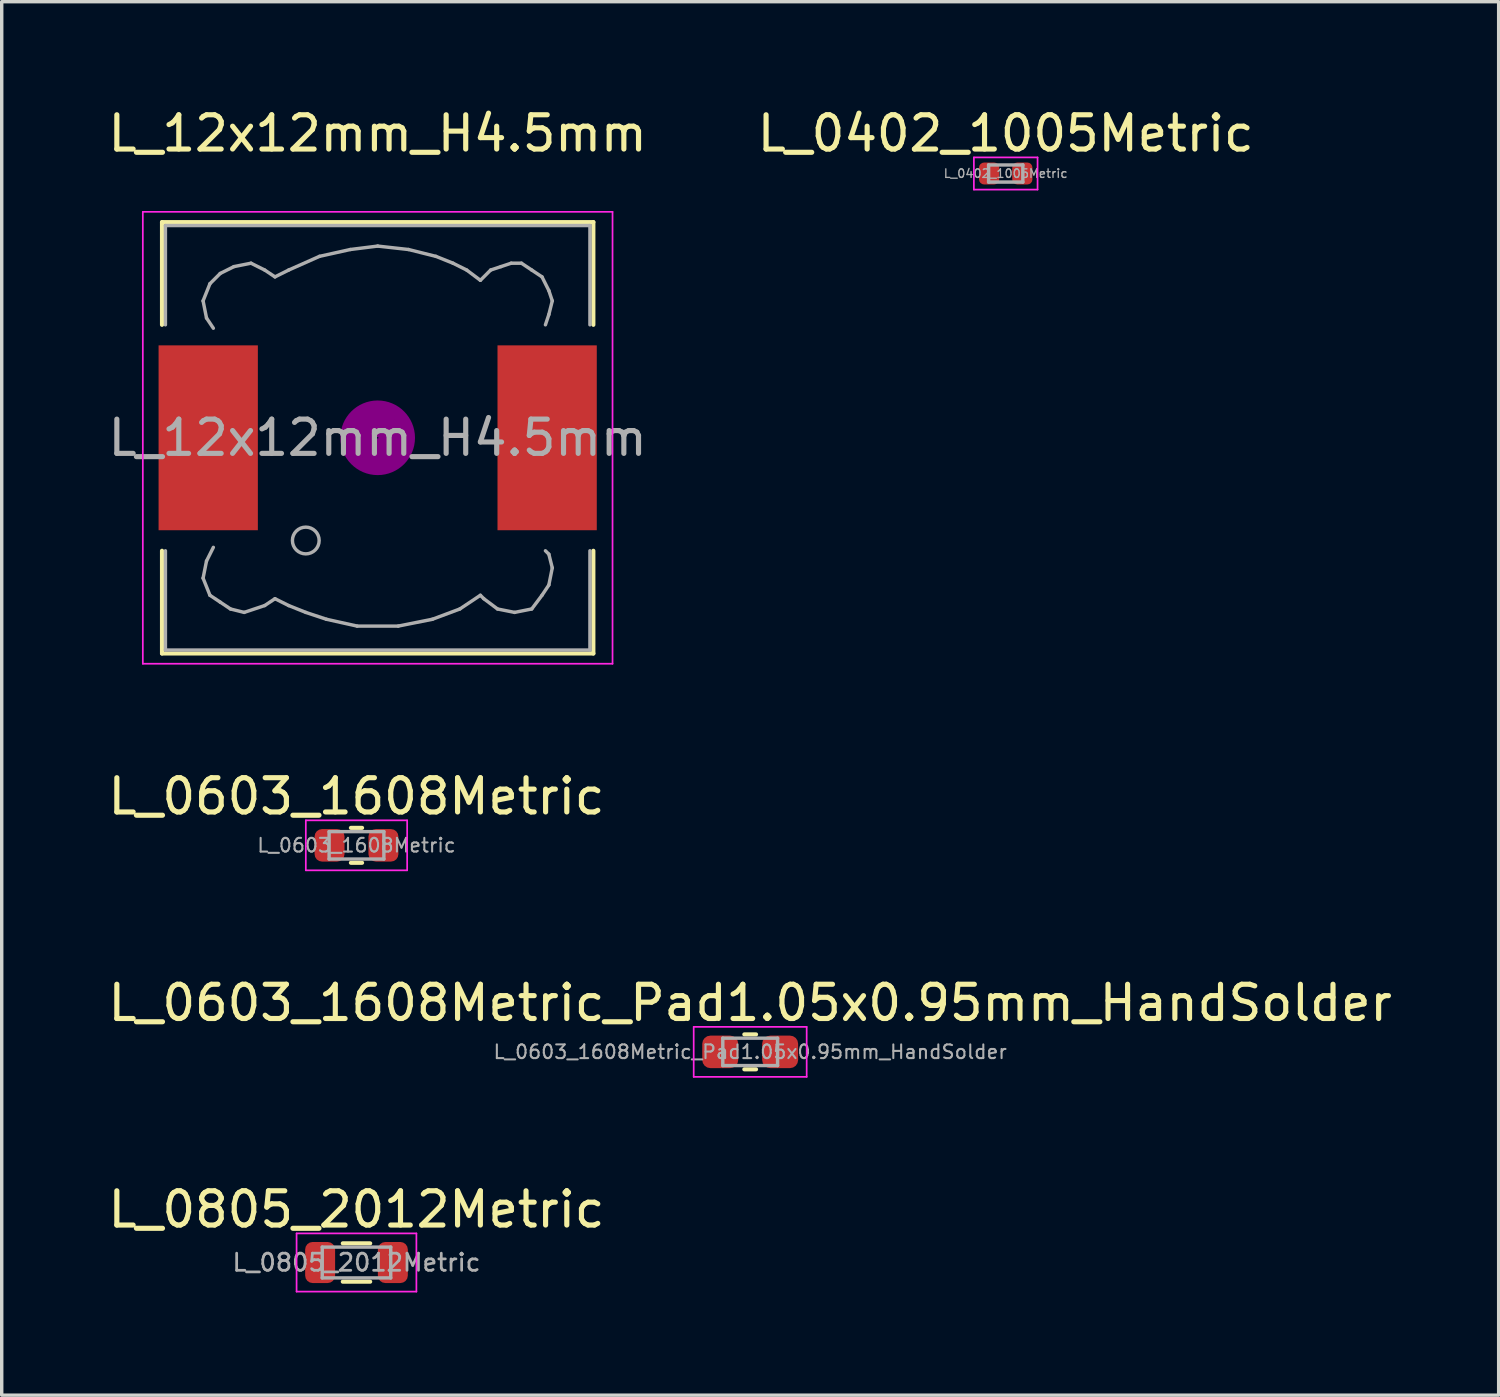
<source format=kicad_pcb>
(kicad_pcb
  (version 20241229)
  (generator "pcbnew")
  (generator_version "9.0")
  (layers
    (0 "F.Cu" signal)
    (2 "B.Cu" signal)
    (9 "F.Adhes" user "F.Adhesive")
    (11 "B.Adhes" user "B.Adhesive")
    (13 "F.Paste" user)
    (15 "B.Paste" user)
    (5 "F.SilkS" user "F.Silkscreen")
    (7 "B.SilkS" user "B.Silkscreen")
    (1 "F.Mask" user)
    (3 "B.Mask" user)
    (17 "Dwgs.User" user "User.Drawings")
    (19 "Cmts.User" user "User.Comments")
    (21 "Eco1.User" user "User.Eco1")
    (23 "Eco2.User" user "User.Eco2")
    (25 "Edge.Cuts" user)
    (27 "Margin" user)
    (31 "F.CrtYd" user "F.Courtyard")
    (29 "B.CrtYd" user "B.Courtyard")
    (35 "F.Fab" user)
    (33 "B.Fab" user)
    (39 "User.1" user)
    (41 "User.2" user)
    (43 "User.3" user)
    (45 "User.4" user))
  (footprint "L_12x12mm_H4.5mm"
    (layer "F.Cu")
    (at 7.982 9.738)
    (property "Reference" "L_12x12mm_H4.5mm" (at 0 -8.89 0) (layer "F.SilkS") (effects (font (size 1 1) (thickness 0.15))))
    (attr smd)
    (fp_line (start -6.3 -6.3) (end 6.3 -6.3) (stroke (width 0.12) (type solid)) (layer "F.SilkS"))
    (fp_line (start -6.3 -3.3) (end -6.3 -6.3) (stroke (width 0.12) (type solid)) (layer "F.SilkS"))
    (fp_line (start -6.3 6.3) (end -6.3 3.3) (stroke (width 0.12) (type solid)) (layer "F.SilkS"))
    (fp_line (start 6.3 -6.3) (end 6.3 -3.3) (stroke (width 0.12) (type solid)) (layer "F.SilkS"))
    (fp_line (start 6.3 3.3) (end 6.3 6.3) (stroke (width 0.12) (type solid)) (layer "F.SilkS"))
    (fp_line (start 6.3 6.3) (end -6.3 6.3) (stroke (width 0.12) (type solid)) (layer "F.SilkS"))
    (fp_circle (center 0 0) (end 0.15 0.15) (stroke (width 0.38) (type solid)) (fill no) (layer "F.Adhes"))
    (fp_circle (center 0 0) (end 0.55 0) (stroke (width 0.38) (type solid)) (fill no) (layer "F.Adhes"))
    (fp_circle (center 0 0) (end 0.9 0) (stroke (width 0.38) (type solid)) (fill no) (layer "F.Adhes"))
    (fp_line (start -6.86 -6.6) (end 6.86 -6.6) (stroke (width 0.05) (type solid)) (layer "F.CrtYd"))
    (fp_line (start -6.86 6.6) (end -6.86 -6.6) (stroke (width 0.05) (type solid)) (layer "F.CrtYd"))
    (fp_line (start 6.86 -6.6) (end 6.86 6.6) (stroke (width 0.05) (type solid)) (layer "F.CrtYd"))
    (fp_line (start 6.86 6.6) (end -6.86 6.6) (stroke (width 0.05) (type solid)) (layer "F.CrtYd"))
    (fp_line (start -6.2 -6.2) (end -6.2 -3.3) (stroke (width 0.1) (type solid)) (layer "F.Fab"))
    (fp_line (start -6.2 3.3) (end -6.2 6.2) (stroke (width 0.1) (type solid)) (layer "F.Fab"))
    (fp_line (start -6.2 6.2) (end 6.2 6.2) (stroke (width 0.1) (type solid)) (layer "F.Fab"))
    (fp_line (start -5.1 -4) (end -5 -3.5) (stroke (width 0.1) (type solid)) (layer "F.Fab"))
    (fp_line (start -5.1 4.1) (end -5 3.6) (stroke (width 0.1) (type solid)) (layer "F.Fab"))
    (fp_line (start -5 -3.5) (end -4.8 -3.2) (stroke (width 0.1) (type solid)) (layer "F.Fab"))
    (fp_line (start -5 3.6) (end -4.8 3.2) (stroke (width 0.1) (type solid)) (layer "F.Fab"))
    (fp_line (start -4.9 -4.5) (end -5.1 -4) (stroke (width 0.1) (type solid)) (layer "F.Fab"))
    (fp_line (start -4.9 4.6) (end -5.1 4.1) (stroke (width 0.1) (type solid)) (layer "F.Fab"))
    (fp_line (start -4.6 -4.8) (end -4.9 -4.5) (stroke (width 0.1) (type solid)) (layer "F.Fab"))
    (fp_line (start -4.6 4.8) (end -4.9 4.6) (stroke (width 0.1) (type solid)) (layer "F.Fab"))
    (fp_line (start -4.3 5) (end -4.6 4.8) (stroke (width 0.1) (type solid)) (layer "F.Fab"))
    (fp_line (start -4.2 -5) (end -4.6 -4.8) (stroke (width 0.1) (type solid)) (layer "F.Fab"))
    (fp_line (start -3.9 5.1) (end -4.3 5) (stroke (width 0.1) (type solid)) (layer "F.Fab"))
    (fp_line (start -3.7 -5.1) (end -4.2 -5) (stroke (width 0.1) (type solid)) (layer "F.Fab"))
    (fp_line (start -3.3 -4.9) (end -3.7 -5.1) (stroke (width 0.1) (type solid)) (layer "F.Fab"))
    (fp_line (start -3.3 4.9) (end -3.9 5.1) (stroke (width 0.1) (type solid)) (layer "F.Fab"))
    (fp_line (start -3 -4.7) (end -3.3 -4.9) (stroke (width 0.1) (type solid)) (layer "F.Fab"))
    (fp_line (start -3 4.7) (end -3.3 4.9) (stroke (width 0.1) (type solid)) (layer "F.Fab"))
    (fp_line (start -2.6 -4.9) (end -3 -4.7) (stroke (width 0.1) (type solid)) (layer "F.Fab"))
    (fp_line (start -2.6 4.9) (end -3 4.7) (stroke (width 0.1) (type solid)) (layer "F.Fab"))
    (fp_line (start -2.1 5.1) (end -2.6 4.9) (stroke (width 0.1) (type solid)) (layer "F.Fab"))
    (fp_line (start -1.7 -5.3) (end -2.6 -4.9) (stroke (width 0.1) (type solid)) (layer "F.Fab"))
    (fp_line (start -1.5 5.3) (end -2.1 5.1) (stroke (width 0.1) (type solid)) (layer "F.Fab"))
    (fp_line (start -0.8 -5.5) (end -1.7 -5.3) (stroke (width 0.1) (type solid)) (layer "F.Fab"))
    (fp_line (start -0.6 5.5) (end -1.5 5.3) (stroke (width 0.1) (type solid)) (layer "F.Fab"))
    (fp_line (start 0 -5.6) (end -0.8 -5.5) (stroke (width 0.1) (type solid)) (layer "F.Fab"))
    (fp_line (start 0.6 5.5) (end -0.6 5.5) (stroke (width 0.1) (type solid)) (layer "F.Fab"))
    (fp_line (start 0.9 -5.5) (end 0 -5.6) (stroke (width 0.1) (type solid)) (layer "F.Fab"))
    (fp_line (start 1.6 5.3) (end 0.6 5.5) (stroke (width 0.1) (type solid)) (layer "F.Fab"))
    (fp_line (start 1.7 -5.3) (end 0.9 -5.5) (stroke (width 0.1) (type solid)) (layer "F.Fab"))
    (fp_line (start 2.2 -5.1) (end 1.7 -5.3) (stroke (width 0.1) (type solid)) (layer "F.Fab"))
    (fp_line (start 2.4 5) (end 1.6 5.3) (stroke (width 0.1) (type solid)) (layer "F.Fab"))
    (fp_line (start 2.6 -4.9) (end 2.2 -5.1) (stroke (width 0.1) (type solid)) (layer "F.Fab"))
    (fp_line (start 3 -4.6) (end 2.6 -4.9) (stroke (width 0.1) (type solid)) (layer "F.Fab"))
    (fp_line (start 3 4.6) (end 2.4 5) (stroke (width 0.1) (type solid)) (layer "F.Fab"))
    (fp_line (start 3.1 4.7) (end 3 4.6) (stroke (width 0.1) (type solid)) (layer "F.Fab"))
    (fp_line (start 3.3 -4.9) (end 3 -4.6) (stroke (width 0.1) (type solid)) (layer "F.Fab"))
    (fp_line (start 3.5 5) (end 3.1 4.7) (stroke (width 0.1) (type solid)) (layer "F.Fab"))
    (fp_line (start 3.6 -5) (end 3.3 -4.9) (stroke (width 0.1) (type solid)) (layer "F.Fab"))
    (fp_line (start 3.9 -5.1) (end 3.6 -5) (stroke (width 0.1) (type solid)) (layer "F.Fab"))
    (fp_line (start 4 5.1) (end 3.5 5) (stroke (width 0.1) (type solid)) (layer "F.Fab"))
    (fp_line (start 4.2 -5.1) (end 3.9 -5.1) (stroke (width 0.1) (type solid)) (layer "F.Fab"))
    (fp_line (start 4.5 -4.9) (end 4.2 -5.1) (stroke (width 0.1) (type solid)) (layer "F.Fab"))
    (fp_line (start 4.5 5) (end 4 5.1) (stroke (width 0.1) (type solid)) (layer "F.Fab"))
    (fp_line (start 4.8 -4.7) (end 4.5 -4.9) (stroke (width 0.1) (type solid)) (layer "F.Fab"))
    (fp_line (start 4.8 4.6) (end 4.5 5) (stroke (width 0.1) (type solid)) (layer "F.Fab"))
    (fp_line (start 4.9 -3.3) (end 5 -3.6) (stroke (width 0.1) (type solid)) (layer "F.Fab"))
    (fp_line (start 4.9 3.3) (end 5 3.4) (stroke (width 0.1) (type solid)) (layer "F.Fab"))
    (fp_line (start 5 -4.3) (end 4.8 -4.7) (stroke (width 0.1) (type solid)) (layer "F.Fab"))
    (fp_line (start 5 -3.6) (end 5.1 -4) (stroke (width 0.1) (type solid)) (layer "F.Fab"))
    (fp_line (start 5 3.4) (end 5.1 3.8) (stroke (width 0.1) (type solid)) (layer "F.Fab"))
    (fp_line (start 5 4.3) (end 4.8 4.6) (stroke (width 0.1) (type solid)) (layer "F.Fab"))
    (fp_line (start 5.1 -4) (end 5 -4.3) (stroke (width 0.1) (type solid)) (layer "F.Fab"))
    (fp_line (start 5.1 3.8) (end 5 4.3) (stroke (width 0.1) (type solid)) (layer "F.Fab"))
    (fp_line (start 6.2 -6.2) (end -6.2 -6.2) (stroke (width 0.1) (type solid)) (layer "F.Fab"))
    (fp_line (start 6.2 -6.2) (end 6.2 -3.3) (stroke (width 0.1) (type solid)) (layer "F.Fab"))
    (fp_line (start 6.2 6.2) (end 6.2 3.3) (stroke (width 0.1) (type solid)) (layer "F.Fab"))
    (fp_circle (center -2.1 3) (end -1.8 3.25) (stroke (width 0.1) (type solid)) (fill no) (layer "F.Fab"))
    (fp_text user "${REFERENCE}" (at 0 0 0) (layer "F.Fab") (effects (font (size 1 1) (thickness 0.15))))
    (pad "1" smd rect (at -4.95 0) (size 2.9 5.4) (layers "F.Cu" "F.Mask" "F.Paste"))
    (pad "2" smd rect (at 4.95 0) (size 2.9 5.4) (layers "F.Cu" "F.Mask" "F.Paste")))
  (footprint "L_0402_1005Metric"
    (layer "F.Cu")
    (at 26.327 2.018)
    (property "Reference" "L_0402_1005Metric" (at 0 -1.17 0) (layer "F.SilkS") (effects (font (size 1 1) (thickness 0.15))))
    (attr smd)
    (fp_line (start -0.93 -0.47) (end 0.93 -0.47) (stroke (width 0.05) (type solid)) (layer "F.CrtYd"))
    (fp_line (start -0.93 0.47) (end -0.93 -0.47) (stroke (width 0.05) (type solid)) (layer "F.CrtYd"))
    (fp_line (start 0.93 -0.47) (end 0.93 0.47) (stroke (width 0.05) (type solid)) (layer "F.CrtYd"))
    (fp_line (start 0.93 0.47) (end -0.93 0.47) (stroke (width 0.05) (type solid)) (layer "F.CrtYd"))
    (fp_line (start -0.5 -0.25) (end 0.5 -0.25) (stroke (width 0.1) (type solid)) (layer "F.Fab"))
    (fp_line (start -0.5 0.25) (end -0.5 -0.25) (stroke (width 0.1) (type solid)) (layer "F.Fab"))
    (fp_line (start 0.5 -0.25) (end 0.5 0.25) (stroke (width 0.1) (type solid)) (layer "F.Fab"))
    (fp_line (start 0.5 0.25) (end -0.5 0.25) (stroke (width 0.1) (type solid)) (layer "F.Fab"))
    (fp_text user "${REFERENCE}" (at 0 0 0) (layer "F.Fab") (effects (font (size 0.25 0.25) (thickness 0.04))))
    (pad "1" smd roundrect (at -0.485 0) (size 0.59 0.64) (layers "F.Cu" "F.Mask" "F.Paste") (roundrect_rratio 0.25))
    (pad "2" smd roundrect (at 0.485 0) (size 0.59 0.64) (layers "F.Cu" "F.Mask" "F.Paste") (roundrect_rratio 0.25)))
  (footprint "L_0805_2012Metric"
    (layer "F.Cu")
    (at 7.363 33.828)
    (property "Reference" "L_0805_2012Metric" (at 0 -1.55 0) (layer "F.SilkS") (effects (font (size 1 1) (thickness 0.15))))
    (attr smd)
    (fp_line (start -0.4 -0.56) (end 0.4 -0.56) (stroke (width 0.12) (type solid)) (layer "F.SilkS"))
    (fp_line (start -0.4 0.56) (end 0.4 0.56) (stroke (width 0.12) (type solid)) (layer "F.SilkS"))
    (fp_line (start -1.75 -0.85) (end 1.75 -0.85) (stroke (width 0.05) (type solid)) (layer "F.CrtYd"))
    (fp_line (start -1.75 0.85) (end -1.75 -0.85) (stroke (width 0.05) (type solid)) (layer "F.CrtYd"))
    (fp_line (start 1.75 -0.85) (end 1.75 0.85) (stroke (width 0.05) (type solid)) (layer "F.CrtYd"))
    (fp_line (start 1.75 0.85) (end -1.75 0.85) (stroke (width 0.05) (type solid)) (layer "F.CrtYd"))
    (fp_line (start -1 -0.45) (end 1 -0.45) (stroke (width 0.1) (type solid)) (layer "F.Fab"))
    (fp_line (start -1 0.45) (end -1 -0.45) (stroke (width 0.1) (type solid)) (layer "F.Fab"))
    (fp_line (start 1 -0.45) (end 1 0.45) (stroke (width 0.1) (type solid)) (layer "F.Fab"))
    (fp_line (start 1 0.45) (end -1 0.45) (stroke (width 0.1) (type solid)) (layer "F.Fab"))
    (fp_text user "${REFERENCE}" (at 0 0 0) (layer "F.Fab") (effects (font (size 0.5 0.5) (thickness 0.08))))
    (pad "1" smd roundrect (at -1.062 0) (size 0.875 1.2) (layers "F.Cu" "F.Mask" "F.Paste") (roundrect_rratio 0.25))
    (pad "2" smd roundrect (at 1.062 0) (size 0.875 1.2) (layers "F.Cu" "F.Mask" "F.Paste") (roundrect_rratio 0.25)))
  (footprint "L_0603_1608Metric_Pad1.05x0.95mm_HandSolder"
    (layer "F.Cu")
    (at 18.863 27.675)
    (property "Reference" "L_0603_1608Metric_Pad1.05x0.95mm_HandSolder" (at 0 -1.43 0) (layer "F.SilkS") (effects (font (size 1 1) (thickness 0.15))))
    (attr smd)
    (fp_line (start -0.171 -0.51) (end 0.171 -0.51) (stroke (width 0.12) (type solid)) (layer "F.SilkS"))
    (fp_line (start -0.171 0.51) (end 0.171 0.51) (stroke (width 0.12) (type solid)) (layer "F.SilkS"))
    (fp_line (start -1.65 -0.73) (end 1.65 -0.73) (stroke (width 0.05) (type solid)) (layer "F.CrtYd"))
    (fp_line (start -1.65 0.73) (end -1.65 -0.73) (stroke (width 0.05) (type solid)) (layer "F.CrtYd"))
    (fp_line (start 1.65 -0.73) (end 1.65 0.73) (stroke (width 0.05) (type solid)) (layer "F.CrtYd"))
    (fp_line (start 1.65 0.73) (end -1.65 0.73) (stroke (width 0.05) (type solid)) (layer "F.CrtYd"))
    (fp_line (start -0.8 -0.4) (end 0.8 -0.4) (stroke (width 0.1) (type solid)) (layer "F.Fab"))
    (fp_line (start -0.8 0.4) (end -0.8 -0.4) (stroke (width 0.1) (type solid)) (layer "F.Fab"))
    (fp_line (start 0.8 -0.4) (end 0.8 0.4) (stroke (width 0.1) (type solid)) (layer "F.Fab"))
    (fp_line (start 0.8 0.4) (end -0.8 0.4) (stroke (width 0.1) (type solid)) (layer "F.Fab"))
    (fp_text user "${REFERENCE}" (at 0 0 0) (layer "F.Fab") (effects (font (size 0.4 0.4) (thickness 0.06))))
    (pad "1" smd roundrect (at -0.875 0) (size 1.05 0.95) (layers "F.Cu" "F.Mask" "F.Paste") (roundrect_rratio 0.25))
    (pad "2" smd roundrect (at 0.875 0) (size 1.05 0.95) (layers "F.Cu" "F.Mask" "F.Paste") (roundrect_rratio 0.25)))
  (footprint "L_0603_1608Metric"
    (layer "F.Cu")
    (at 7.363 21.642)
    (property "Reference" "L_0603_1608Metric" (at 0 -1.43 0) (layer "F.SilkS") (effects (font (size 1 1) (thickness 0.15))))
    (attr smd)
    (fp_line (start -0.163 -0.51) (end 0.163 -0.51) (stroke (width 0.12) (type solid)) (layer "F.SilkS"))
    (fp_line (start -0.163 0.51) (end 0.163 0.51) (stroke (width 0.12) (type solid)) (layer "F.SilkS"))
    (fp_line (start -1.48 -0.73) (end 1.48 -0.73) (stroke (width 0.05) (type solid)) (layer "F.CrtYd"))
    (fp_line (start -1.48 0.73) (end -1.48 -0.73) (stroke (width 0.05) (type solid)) (layer "F.CrtYd"))
    (fp_line (start 1.48 -0.73) (end 1.48 0.73) (stroke (width 0.05) (type solid)) (layer "F.CrtYd"))
    (fp_line (start 1.48 0.73) (end -1.48 0.73) (stroke (width 0.05) (type solid)) (layer "F.CrtYd"))
    (fp_line (start -0.8 -0.4) (end 0.8 -0.4) (stroke (width 0.1) (type solid)) (layer "F.Fab"))
    (fp_line (start -0.8 0.4) (end -0.8 -0.4) (stroke (width 0.1) (type solid)) (layer "F.Fab"))
    (fp_line (start 0.8 -0.4) (end 0.8 0.4) (stroke (width 0.1) (type solid)) (layer "F.Fab"))
    (fp_line (start 0.8 0.4) (end -0.8 0.4) (stroke (width 0.1) (type solid)) (layer "F.Fab"))
    (fp_text user "${REFERENCE}" (at 0 0 0) (layer "F.Fab") (effects (font (size 0.4 0.4) (thickness 0.06))))
    (pad "1" smd roundrect (at -0.787 0) (size 0.875 0.95) (layers "F.Cu" "F.Mask" "F.Paste") (roundrect_rratio 0.25))
    (pad "2" smd roundrect (at 0.787 0) (size 0.875 0.95) (layers "F.Cu" "F.Mask" "F.Paste") (roundrect_rratio 0.25)))
  (gr_rect
    (start -3 -3)
    (end 40.726 37.703)
    (stroke (width 0.1) (type default))
    (fill no)
    (layer "Edge.Cuts")))
</source>
